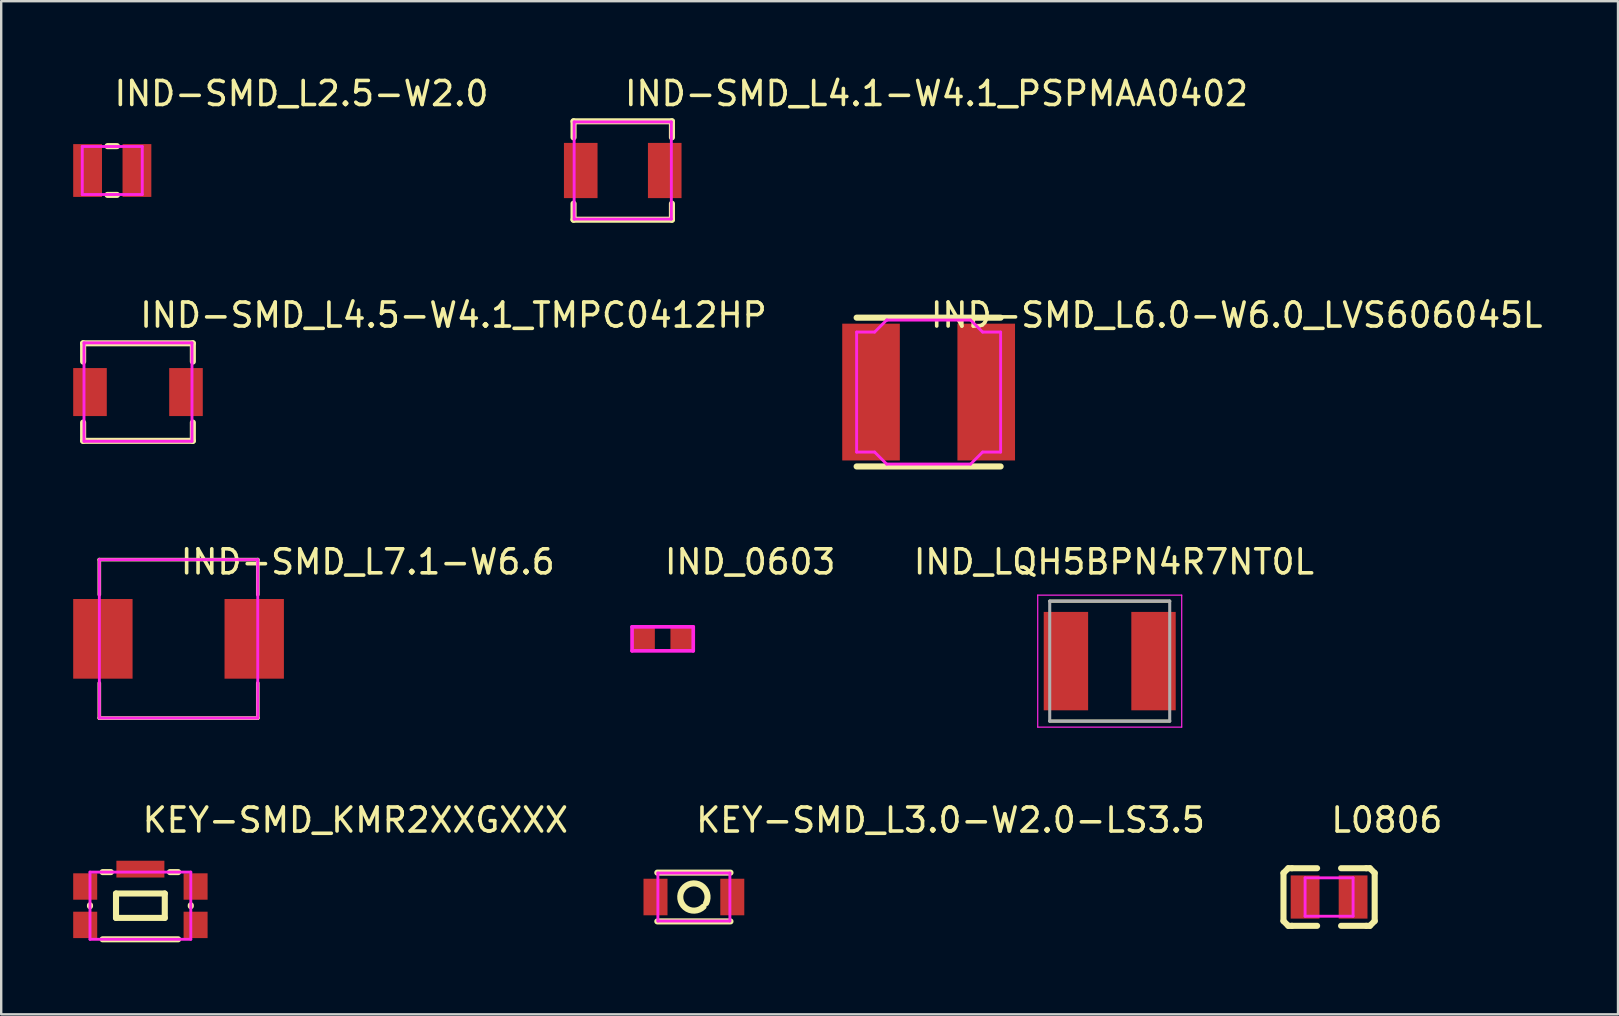
<source format=kicad_pcb>
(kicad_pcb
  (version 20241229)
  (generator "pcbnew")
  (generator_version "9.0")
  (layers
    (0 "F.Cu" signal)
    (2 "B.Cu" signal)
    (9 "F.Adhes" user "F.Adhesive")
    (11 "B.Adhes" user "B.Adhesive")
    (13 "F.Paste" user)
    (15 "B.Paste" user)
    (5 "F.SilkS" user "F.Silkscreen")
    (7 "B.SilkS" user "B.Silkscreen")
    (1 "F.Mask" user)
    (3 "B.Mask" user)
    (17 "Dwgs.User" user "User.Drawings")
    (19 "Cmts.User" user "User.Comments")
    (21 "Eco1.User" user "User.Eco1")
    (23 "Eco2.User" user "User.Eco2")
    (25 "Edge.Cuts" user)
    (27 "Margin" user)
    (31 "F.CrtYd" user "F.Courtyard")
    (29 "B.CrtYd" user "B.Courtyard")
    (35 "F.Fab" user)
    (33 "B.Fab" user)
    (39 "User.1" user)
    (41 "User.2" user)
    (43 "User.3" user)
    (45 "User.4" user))
  (footprint "KEY-SMD_KMR2XXGXXX"
    (layer "F.Cu")
    (at 2.8 34.328)
    (property "Reference" "KEY-SMD_KMR2XXGXXX" (at 0 -3.207 0) (layer "F.SilkS") (effects (font (size 1 1) (thickness 0.15)) (justify left)))
    (attr through_hole)
    (fp_line (start -2.1 0.381) (end -2.1 0.343) (stroke (width 0.254) (type solid)) (layer "F.SilkS"))
    (fp_line (start -1.231 -1.038) (end -1.574 -1.038) (stroke (width 0.254) (type solid)) (layer "F.SilkS"))
    (fp_line (start -1.016 -0.146) (end -1.016 0.87) (stroke (width 0.254) (type solid)) (layer "F.SilkS"))
    (fp_line (start -1.016 0.87) (end 1.016 0.87) (stroke (width 0.254) (type solid)) (layer "F.SilkS"))
    (fp_line (start 1.016 -0.146) (end -1.016 -0.146) (stroke (width 0.254) (type solid)) (layer "F.SilkS"))
    (fp_line (start 1.016 0.87) (end 1.016 -0.146) (stroke (width 0.254) (type solid)) (layer "F.SilkS"))
    (fp_line (start 1.574 -1.038) (end 1.231 -1.038) (stroke (width 0.254) (type solid)) (layer "F.SilkS"))
    (fp_line (start 1.574 1.762) (end -1.574 1.762) (stroke (width 0.254) (type solid)) (layer "F.SilkS"))
    (fp_line (start 2.1 0.343) (end 2.1 0.381) (stroke (width 0.254) (type solid)) (layer "F.SilkS"))
    (fp_circle (center -2.3 -1.038) (end -2.27 -1.038) (stroke (width 0.06) (type solid)) (fill no) (layer "Eco2.User"))
    (fp_poly (pts (xy -2.3 -0.738) (xy -1.9 -0.738) (xy -1.9 -0.138) (xy -2.3 -0.138)) (stroke (width 0.12) (type solid)) (fill no) (layer "Eco2.User"))
    (fp_poly (pts (xy -2.3 0.862) (xy -1.9 0.862) (xy -1.9 1.462) (xy -2.3 1.462)) (stroke (width 0.12) (type solid)) (fill no) (layer "Eco2.User"))
    (fp_poly (pts (xy -0.6 -1.038) (xy 0.6 -1.038) (xy 0.6 -0.838) (xy -0.6 -0.838)) (stroke (width 0.12) (type solid)) (fill no) (layer "Eco2.User"))
    (fp_poly (pts (xy 1.9 -0.738) (xy 2.3 -0.738) (xy 2.3 -0.138) (xy 1.9 -0.138)) (stroke (width 0.12) (type solid)) (fill no) (layer "Eco2.User"))
    (fp_poly (pts (xy 1.9 0.862) (xy 2.3 0.862) (xy 2.3 1.462) (xy 1.9 1.462)) (stroke (width 0.12) (type solid)) (fill no) (layer "Eco2.User"))
    (fp_line (start -2.1 -1.038) (end 2.1 -1.038) (stroke (width 0.12) (type solid)) (layer "F.CrtYd"))
    (fp_line (start -2.1 1.762) (end -2.1 -1.038) (stroke (width 0.12) (type solid)) (layer "F.CrtYd"))
    (fp_line (start 2.1 -1.038) (end 2.1 1.762) (stroke (width 0.12) (type solid)) (layer "F.CrtYd"))
    (fp_line (start 2.1 1.762) (end -2.1 1.762) (stroke (width 0.12) (type solid)) (layer "F.CrtYd"))
    (pad "1" smd rect (at -2.3 -0.438) (size 1 1.1) (layers "F.Cu" "F.Mask" "F.Paste"))
    (pad "2" smd rect (at 2.3 -0.438) (size 1 1.1) (layers "F.Cu" "F.Mask" "F.Paste"))
    (pad "3" smd rect (at -2.3 1.162) (size 1 1.1) (layers "F.Cu" "F.Mask" "F.Paste"))
    (pad "4" smd rect (at 2.3 1.162) (size 1 1.1) (layers "F.Cu" "F.Mask" "F.Paste"))
    (pad "5" smd rect (at 0 -1.162) (size 2 0.7) (layers "F.Cu" "F.Mask" "F.Paste")))
  (footprint "IND-SMD_L7.1-W6.6"
    (layer "F.Cu")
    (at 4.39 23.57)
    (property "Reference" "IND-SMD_L7.1-W6.6" (at 0 -3.207 0) (layer "F.SilkS") (effects (font (size 1 1) (thickness 0.15)) (justify left)))
    (attr through_hole)
    (fp_line (start -3.302 -3.302) (end -3.302 -1.84) (stroke (width 0.152) (type solid)) (layer "F.SilkS"))
    (fp_line (start -3.302 1.84) (end -3.302 3.302) (stroke (width 0.152) (type solid)) (layer "F.SilkS"))
    (fp_line (start -3.302 3.302) (end 3.302 3.302) (stroke (width 0.152) (type solid)) (layer "F.SilkS"))
    (fp_line (start 3.302 -3.302) (end -3.302 -3.302) (stroke (width 0.152) (type solid)) (layer "F.SilkS"))
    (fp_line (start 3.302 -1.84) (end 3.302 -3.302) (stroke (width 0.152) (type solid)) (layer "F.SilkS"))
    (fp_line (start 3.302 3.302) (end 3.302 1.84) (stroke (width 0.152) (type solid)) (layer "F.SilkS"))
    (fp_circle (center -3.55 3.3) (end -3.52 3.3) (stroke (width 0.06) (type solid)) (fill no) (layer "Eco2.User"))
    (fp_poly (pts (xy -3.55 -1.5) (xy -1.95 -1.5) (xy -1.95 1.5) (xy -3.55 1.5)) (stroke (width 0.12) (type solid)) (fill no) (layer "Eco2.User"))
    (fp_poly (pts (xy 1.95 -1.5) (xy 3.55 -1.5) (xy 3.55 1.5) (xy 1.95 1.5)) (stroke (width 0.12) (type solid)) (fill no) (layer "Eco2.User"))
    (fp_line (start -3.3 -3.3) (end 3.3 -3.3) (stroke (width 0.12) (type solid)) (layer "F.CrtYd"))
    (fp_line (start -3.3 3.3) (end -3.3 -3.3) (stroke (width 0.12) (type solid)) (layer "F.CrtYd"))
    (fp_line (start 3.3 -3.3) (end 3.3 3.3) (stroke (width 0.12) (type solid)) (layer "F.CrtYd"))
    (fp_line (start 3.3 3.3) (end -3.3 3.3) (stroke (width 0.12) (type solid)) (layer "F.CrtYd"))
    (pad "1" smd rect (at -3.153 0) (size 2.474 3.32) (layers "F.Cu" "F.Mask" "F.Paste"))
    (pad "2" smd rect (at 3.153 0) (size 2.474 3.32) (layers "F.Cu" "F.Mask" "F.Paste")))
  (footprint "IND_LQH5BPN4R7NT0L"
    (layer "F.Cu")
    (at 43.191 24.498)
    (property "Reference" "IND_LQH5BPN4R7NT0L" (at 0.175 -4.135 0) (layer "F.SilkS") (effects (font (size 1 1) (thickness 0.15))))
    (attr smd)
    (fp_line (start -2.5 -2.5) (end 2.5 -2.5) (stroke (width 0.127) (type solid)) (layer "F.SilkS"))
    (fp_line (start 2.5 2.5) (end -2.5 2.5) (stroke (width 0.127) (type solid)) (layer "F.SilkS"))
    (fp_line (start -3 -2.75) (end 3 -2.75) (stroke (width 0.05) (type solid)) (layer "F.CrtYd"))
    (fp_line (start -3 2.75) (end -3 -2.75) (stroke (width 0.05) (type solid)) (layer "F.CrtYd"))
    (fp_line (start 3 -2.75) (end 3 2.75) (stroke (width 0.05) (type solid)) (layer "F.CrtYd"))
    (fp_line (start 3 2.75) (end -3 2.75) (stroke (width 0.05) (type solid)) (layer "F.CrtYd"))
    (fp_line (start -2.5 -2.5) (end 2.5 -2.5) (stroke (width 0.127) (type solid)) (layer "F.Fab"))
    (fp_line (start -2.5 2.5) (end -2.5 -2.5) (stroke (width 0.127) (type solid)) (layer "F.Fab"))
    (fp_line (start 2.5 -2.5) (end 2.5 2.5) (stroke (width 0.127) (type solid)) (layer "F.Fab"))
    (fp_line (start 2.5 2.5) (end -2.5 2.5) (stroke (width 0.127) (type solid)) (layer "F.Fab"))
    (pad "1" smd rect (at -1.825 0) (size 1.85 4.1) (layers "F.Cu" "F.Mask" "F.Paste"))
    (pad "2" smd rect (at 1.825 0) (size 1.85 4.1) (layers "F.Cu" "F.Mask" "F.Paste")))
  (footprint "IND-SMD_L6.0-W6.0_LVS606045L"
    (layer "F.Cu")
    (at 35.645 13.287)
    (property "Reference" "IND-SMD_L6.0-W6.0_LVS606045L" (at 0 -3.207 0) (layer "F.SilkS") (effects (font (size 1 1) (thickness 0.15)) (justify left)))
    (attr through_hole)
    (fp_line (start -3 -3.1) (end 3 -3.1) (stroke (width 0.254) (type solid)) (layer "F.SilkS"))
    (fp_line (start -3 3.1) (end 3 3.1) (stroke (width 0.254) (type solid)) (layer "F.SilkS"))
    (fp_circle (center -3 3) (end -2.97 3) (stroke (width 0.06) (type solid)) (fill no) (layer "Eco2.User"))
    (fp_poly (pts (xy -3 -2.5) (xy -1.2 -2.5) (xy -1.2 2.5) (xy -3 2.5)) (stroke (width 0.12) (type solid)) (fill no) (layer "Eco2.User"))
    (fp_poly (pts (xy 3 2.5) (xy 1.2 2.5) (xy 1.2 -2.5) (xy 3 -2.5)) (stroke (width 0.12) (type solid)) (fill no) (layer "Eco2.User"))
    (fp_line (start -3 -2.5) (end -2.25 -2.5) (stroke (width 0.12) (type solid)) (layer "F.CrtYd"))
    (fp_line (start -3 2.5) (end -3 -2.5) (stroke (width 0.12) (type solid)) (layer "F.CrtYd"))
    (fp_line (start -2.25 -2.5) (end -1.75 -3) (stroke (width 0.12) (type solid)) (layer "F.CrtYd"))
    (fp_line (start -2.25 2.5) (end -3 2.5) (stroke (width 0.12) (type solid)) (layer "F.CrtYd"))
    (fp_line (start -1.75 -3) (end -1.73 -3) (stroke (width 0.12) (type solid)) (layer "F.CrtYd"))
    (fp_line (start -1.75 3) (end -2.25 2.5) (stroke (width 0.12) (type solid)) (layer "F.CrtYd"))
    (fp_line (start -1.73 -3) (end 1.75 -3) (stroke (width 0.12) (type solid)) (layer "F.CrtYd"))
    (fp_line (start 1.75 -3) (end 2.25 -2.5) (stroke (width 0.12) (type solid)) (layer "F.CrtYd"))
    (fp_line (start 1.75 3) (end -1.75 3) (stroke (width 0.12) (type solid)) (layer "F.CrtYd"))
    (fp_line (start 2.25 -2.5) (end 3 -2.5) (stroke (width 0.12) (type solid)) (layer "F.CrtYd"))
    (fp_line (start 2.25 2.5) (end 1.75 3) (stroke (width 0.12) (type solid)) (layer "F.CrtYd"))
    (fp_line (start 3 -2.5) (end 3 2.5) (stroke (width 0.12) (type solid)) (layer "F.CrtYd"))
    (fp_line (start 3 2.5) (end 2.25 2.5) (stroke (width 0.12) (type solid)) (layer "F.CrtYd"))
    (pad "1" smd rect (at -2.4 0) (size 2.4 5.7) (layers "F.Cu" "F.Mask" "F.Paste"))
    (pad "2" smd rect (at 2.4 0) (size 2.4 5.7) (layers "F.Cu" "F.Mask" "F.Paste")))
  (footprint "KEY-SMD_L3.0-W2.0-LS3.5"
    (layer "F.Cu")
    (at 25.864 34.328)
    (property "Reference" "KEY-SMD_L3.0-W2.0-LS3.5" (at 0 -3.207 0) (layer "F.SilkS") (effects (font (size 1 1) (thickness 0.15)) (justify left)))
    (attr through_hole)
    (fp_line (start -1.524 -1.016) (end 1.524 -1.016) (stroke (width 0.254) (type solid)) (layer "F.SilkS"))
    (fp_line (start -1.524 1.016) (end 1.524 1.016) (stroke (width 0.254) (type solid)) (layer "F.SilkS"))
    (fp_arc (start 0.402 0.402) (mid -0.461201 -0.332418) (end 0.508492 0.254252) (stroke (width 0.254) (type solid)) (layer "F.SilkS"))
    (fp_circle (center -1.75 1) (end -1.72 1) (stroke (width 0.06) (type solid)) (fill no) (layer "Eco2.User"))
    (fp_poly (pts (xy -1.75 -0.65) (xy -1.15 -0.65) (xy -1.15 0.65) (xy -1.75 0.65)) (stroke (width 0.12) (type solid)) (fill no) (layer "Eco2.User"))
    (fp_poly (pts (xy 1.15 -0.65) (xy 1.75 -0.65) (xy 1.75 0.65) (xy 1.15 0.65)) (stroke (width 0.12) (type solid)) (fill no) (layer "Eco2.User"))
    (fp_line (start -1.5 -1) (end 1.5 -1) (stroke (width 0.12) (type solid)) (layer "F.CrtYd"))
    (fp_line (start -1.5 1) (end -1.5 -1) (stroke (width 0.12) (type solid)) (layer "F.CrtYd"))
    (fp_line (start 1.5 -1) (end 1.5 1) (stroke (width 0.12) (type solid)) (layer "F.CrtYd"))
    (fp_line (start 1.5 1) (end -1.5 1) (stroke (width 0.12) (type solid)) (layer "F.CrtYd"))
    (pad "1" smd rect (at -1.6 0) (size 1 1.524) (layers "F.Cu" "F.Mask" "F.Paste"))
    (pad "2" smd rect (at 1.6 0) (size 1 1.524) (layers "F.Cu" "F.Mask" "F.Paste")))
  (footprint "IND-SMD_L4.5-W4.1_TMPC0412HP"
    (layer "F.Cu")
    (at 2.7 13.287)
    (property "Reference" "IND-SMD_L4.5-W4.1_TMPC0412HP" (at 0 -3.207 0) (layer "F.SilkS") (effects (font (size 1 1) (thickness 0.15)) (justify left)))
    (attr through_hole)
    (fp_line (start -2.286 -2.032) (end 2.286 -2.032) (stroke (width 0.254) (type solid)) (layer "F.SilkS"))
    (fp_line (start -2.286 -1.27) (end -2.286 -2.032) (stroke (width 0.254) (type solid)) (layer "F.SilkS"))
    (fp_line (start -2.286 2.032) (end -2.286 1.27) (stroke (width 0.254) (type solid)) (layer "F.SilkS"))
    (fp_line (start 2.286 -2.032) (end 2.286 -1.27) (stroke (width 0.254) (type solid)) (layer "F.SilkS"))
    (fp_line (start 2.286 1.27) (end 2.286 2.032) (stroke (width 0.254) (type solid)) (layer "F.SilkS"))
    (fp_line (start 2.286 2.032) (end -2.286 2.032) (stroke (width 0.254) (type solid)) (layer "F.SilkS"))
    (fp_circle (center -2.25 2.05) (end -2.22 2.05) (stroke (width 0.06) (type solid)) (fill no) (layer "Eco2.User"))
    (fp_poly (pts (xy -1.49 -1) (xy -1.49 1) (xy -2.25 1) (xy -2.25 -1)) (stroke (width 0.12) (type solid)) (fill no) (layer "Eco2.User"))
    (fp_poly (pts (xy 2.25 -1) (xy 2.25 1) (xy 1.49 1) (xy 1.49 -1)) (stroke (width 0.12) (type solid)) (fill no) (layer "Eco2.User"))
    (fp_line (start -2.25 -2.05) (end 2.25 -2.05) (stroke (width 0.12) (type solid)) (layer "F.CrtYd"))
    (fp_line (start -2.25 2.05) (end -2.25 -2.05) (stroke (width 0.12) (type solid)) (layer "F.CrtYd"))
    (fp_line (start 2.25 -2.05) (end 2.25 2.05) (stroke (width 0.12) (type solid)) (layer "F.CrtYd"))
    (fp_line (start 2.25 2.05) (end -2.25 2.05) (stroke (width 0.12) (type solid)) (layer "F.CrtYd"))
    (pad "1" smd rect (at -2 0 90) (size 2 1.4) (layers "F.Cu" "F.Mask" "F.Paste"))
    (pad "2" smd rect (at 2 0 90) (size 2 1.4) (layers "F.Cu" "F.Mask" "F.Paste")))
  (footprint "IND-SMD_L2.5-W2.0"
    (layer "F.Cu")
    (at 1.628 4.055)
    (property "Reference" "IND-SMD_L2.5-W2.0" (at 0 -3.207 0) (layer "F.SilkS") (effects (font (size 1 1) (thickness 0.15)) (justify left)))
    (attr through_hole)
    (fp_line (start -0.197 1.016) (end 0.197 1.016) (stroke (width 0.254) (type solid)) (layer "F.SilkS"))
    (fp_line (start 0.197 -1.016) (end -0.197 -1.016) (stroke (width 0.254) (type solid)) (layer "F.SilkS"))
    (fp_circle (center 1.25 -1) (end 1.28 -1) (stroke (width 0.06) (type solid)) (fill no) (layer "Eco2.User"))
    (fp_poly (pts (xy -1.25 -1) (xy -0.45 -1) (xy -0.45 1) (xy -1.25 1)) (stroke (width 0.12) (type solid)) (fill no) (layer "Eco2.User"))
    (fp_poly (pts (xy 0.45 -1) (xy 1.25 -1) (xy 1.25 1) (xy 0.45 1)) (stroke (width 0.12) (type solid)) (fill no) (layer "Eco2.User"))
    (fp_line (start -1.25 -1) (end 1.25 -1) (stroke (width 0.12) (type solid)) (layer "F.CrtYd"))
    (fp_line (start -1.25 1) (end -1.25 -1) (stroke (width 0.12) (type solid)) (layer "F.CrtYd"))
    (fp_line (start 1.25 -1) (end 1.25 1) (stroke (width 0.12) (type solid)) (layer "F.CrtYd"))
    (fp_line (start 1.25 1) (end -1.25 1) (stroke (width 0.12) (type solid)) (layer "F.CrtYd"))
    (pad "1" smd rect (at 1.028 0) (size 1.2 2.2) (layers "F.Cu" "F.Mask" "F.Paste"))
    (pad "2" smd rect (at -1.028 0) (size 1.2 2.2) (layers "F.Cu" "F.Mask" "F.Paste")))
  (footprint "L0806"
    (layer "F.Cu")
    (at 52.332 34.328)
    (property "Reference" "L0806" (at 0 -3.207 0) (layer "F.SilkS") (effects (font (size 1 1) (thickness 0.15)) (justify left)))
    (attr through_hole)
    (fp_line (start -1.9 -1) (end -1.9 1) (stroke (width 0.254) (type solid)) (layer "F.SilkS"))
    (fp_line (start -1.7 -1.2) (end -1.9 -1) (stroke (width 0.254) (type solid)) (layer "F.SilkS"))
    (fp_line (start -1.7 1.2) (end -1.9 1) (stroke (width 0.254) (type solid)) (layer "F.SilkS"))
    (fp_line (start -1.55 -1.2) (end -1.7 -1.2) (stroke (width 0.254) (type solid)) (layer "F.SilkS"))
    (fp_line (start -1.55 1.2) (end -1.7 1.2) (stroke (width 0.254) (type solid)) (layer "F.SilkS"))
    (fp_line (start -0.5 -1.2) (end -1.55 -1.2) (stroke (width 0.254) (type solid)) (layer "F.SilkS"))
    (fp_line (start -0.5 1.2) (end -1.55 1.2) (stroke (width 0.254) (type solid)) (layer "F.SilkS"))
    (fp_line (start 0.5 -1.2) (end 1.55 -1.2) (stroke (width 0.254) (type solid)) (layer "F.SilkS"))
    (fp_line (start 0.5 1.2) (end 1.55 1.2) (stroke (width 0.254) (type solid)) (layer "F.SilkS"))
    (fp_line (start 1.55 -1.2) (end 1.7 -1.2) (stroke (width 0.254) (type solid)) (layer "F.SilkS"))
    (fp_line (start 1.55 1.2) (end 1.7 1.2) (stroke (width 0.254) (type solid)) (layer "F.SilkS"))
    (fp_line (start 1.7 -1.2) (end 1.9 -1) (stroke (width 0.254) (type solid)) (layer "F.SilkS"))
    (fp_line (start 1.7 1.2) (end 1.9 1) (stroke (width 0.254) (type solid)) (layer "F.SilkS"))
    (fp_line (start 1.9 -1) (end 1.9 1) (stroke (width 0.254) (type solid)) (layer "F.SilkS"))
    (fp_circle (center -1 0.8) (end -0.97 0.8) (stroke (width 0.06) (type solid)) (fill no) (layer "Eco2.User"))
    (fp_poly (pts (xy -1 -0.8) (xy -0.4 -0.8) (xy -0.4 0.8) (xy -1 0.8)) (stroke (width 0.12) (type solid)) (fill no) (layer "Eco2.User"))
    (fp_poly (pts (xy 1 0.8) (xy 0.4 0.8) (xy 0.4 -0.8) (xy 1 -0.8)) (stroke (width 0.12) (type solid)) (fill no) (layer "Eco2.User"))
    (fp_line (start -1 -0.8) (end 1 -0.8) (stroke (width 0.12) (type solid)) (layer "F.CrtYd"))
    (fp_line (start -1 0.8) (end -1 -0.8) (stroke (width 0.12) (type solid)) (layer "F.CrtYd"))
    (fp_line (start 1 -0.8) (end 1 0.8) (stroke (width 0.12) (type solid)) (layer "F.CrtYd"))
    (fp_line (start 1 0.8) (end -1 0.8) (stroke (width 0.12) (type solid)) (layer "F.CrtYd"))
    (pad "1" smd rect (at -1 0) (size 1.2 1.8) (layers "F.Cu" "F.Mask" "F.Paste"))
    (pad "2" smd rect (at 1 0) (size 1.2 1.8) (layers "F.Cu" "F.Mask" "F.Paste")))
  (footprint "IND_0603"
    (layer "F.Cu")
    (at 24.562 23.57)
    (property "Reference" "IND_0603" (at 0 -3.207 0) (layer "F.SilkS") (effects (font (size 1 1) (thickness 0.15)) (justify left)))
    (attr through_hole)
    (fp_line (start -1.275 -0.5) (end 1.275 -0.5) (stroke (width 0.152) (type solid)) (layer "F.CrtYd"))
    (fp_line (start -1.275 0.5) (end -1.275 -0.5) (stroke (width 0.152) (type solid)) (layer "F.CrtYd"))
    (fp_line (start 1.275 -0.5) (end 1.275 0.5) (stroke (width 0.152) (type solid)) (layer "F.CrtYd"))
    (fp_line (start 1.275 0.5) (end -1.275 0.5) (stroke (width 0.152) (type solid)) (layer "F.CrtYd"))
    (pad "1" smd rect (at -0.8 0 90) (size 1 0.95) (layers "F.Cu" "F.Mask" "F.Paste"))
    (pad "2" smd rect (at 0.8 0 90) (size 1 0.95) (layers "F.Cu" "F.Mask" "F.Paste")))
  (footprint "IND-SMD_L4.1-W4.1_PSPMAA0402"
    (layer "F.Cu")
    (at 22.899 4.055)
    (property "Reference" "IND-SMD_L4.1-W4.1_PSPMAA0402" (at 0 -3.207 0) (layer "F.SilkS") (effects (font (size 1 1) (thickness 0.15)) (justify left)))
    (attr through_hole)
    (fp_line (start -2.05 -2.05) (end -2.05 -1.381) (stroke (width 0.254) (type solid)) (layer "F.SilkS"))
    (fp_line (start -2.05 -2.05) (end 2.05 -2.05) (stroke (width 0.254) (type solid)) (layer "F.SilkS"))
    (fp_line (start -2.05 1.381) (end -2.05 2.05) (stroke (width 0.254) (type solid)) (layer "F.SilkS"))
    (fp_line (start -2.05 2.05) (end 2.05 2.05) (stroke (width 0.254) (type solid)) (layer "F.SilkS"))
    (fp_line (start 2.05 -2.05) (end 2.05 -1.381) (stroke (width 0.254) (type solid)) (layer "F.SilkS"))
    (fp_line (start 2.05 1.381) (end 2.05 2.05) (stroke (width 0.254) (type solid)) (layer "F.SilkS"))
    (fp_circle (center -2.225 2.025) (end -2.195 2.025) (stroke (width 0.06) (type solid)) (fill no) (layer "Eco2.User"))
    (fp_poly (pts (xy -2.225 -0.75) (xy -1.425 -0.75) (xy -1.425 0.75) (xy -2.225 0.75)) (stroke (width 0.12) (type solid)) (fill no) (layer "Eco2.User"))
    (fp_poly (pts (xy 1.425 -0.75) (xy 2.225 -0.75) (xy 2.225 0.75) (xy 1.425 0.75)) (stroke (width 0.12) (type solid)) (fill no) (layer "Eco2.User"))
    (fp_line (start -2.025 -2.025) (end 2.025 -2.025) (stroke (width 0.12) (type solid)) (layer "F.CrtYd"))
    (fp_line (start -2.025 2.025) (end -2.025 -2.025) (stroke (width 0.12) (type solid)) (layer "F.CrtYd"))
    (fp_line (start 2.025 -2.025) (end 2.025 2.025) (stroke (width 0.12) (type solid)) (layer "F.CrtYd"))
    (fp_line (start 2.025 2.025) (end -2.025 2.025) (stroke (width 0.12) (type solid)) (layer "F.CrtYd"))
    (pad "1" smd rect (at -1.75 0) (size 1.4 2.3) (layers "F.Cu" "F.Mask" "F.Paste"))
    (pad "2" smd rect (at 1.75 0) (size 1.4 2.3) (layers "F.Cu" "F.Mask" "F.Paste")))
  (gr_rect
    (start -3 -3)
    (end 64.371 39.217)
    (stroke (width 0.1) (type default))
    (fill no)
    (layer "Edge.Cuts")))
</source>
